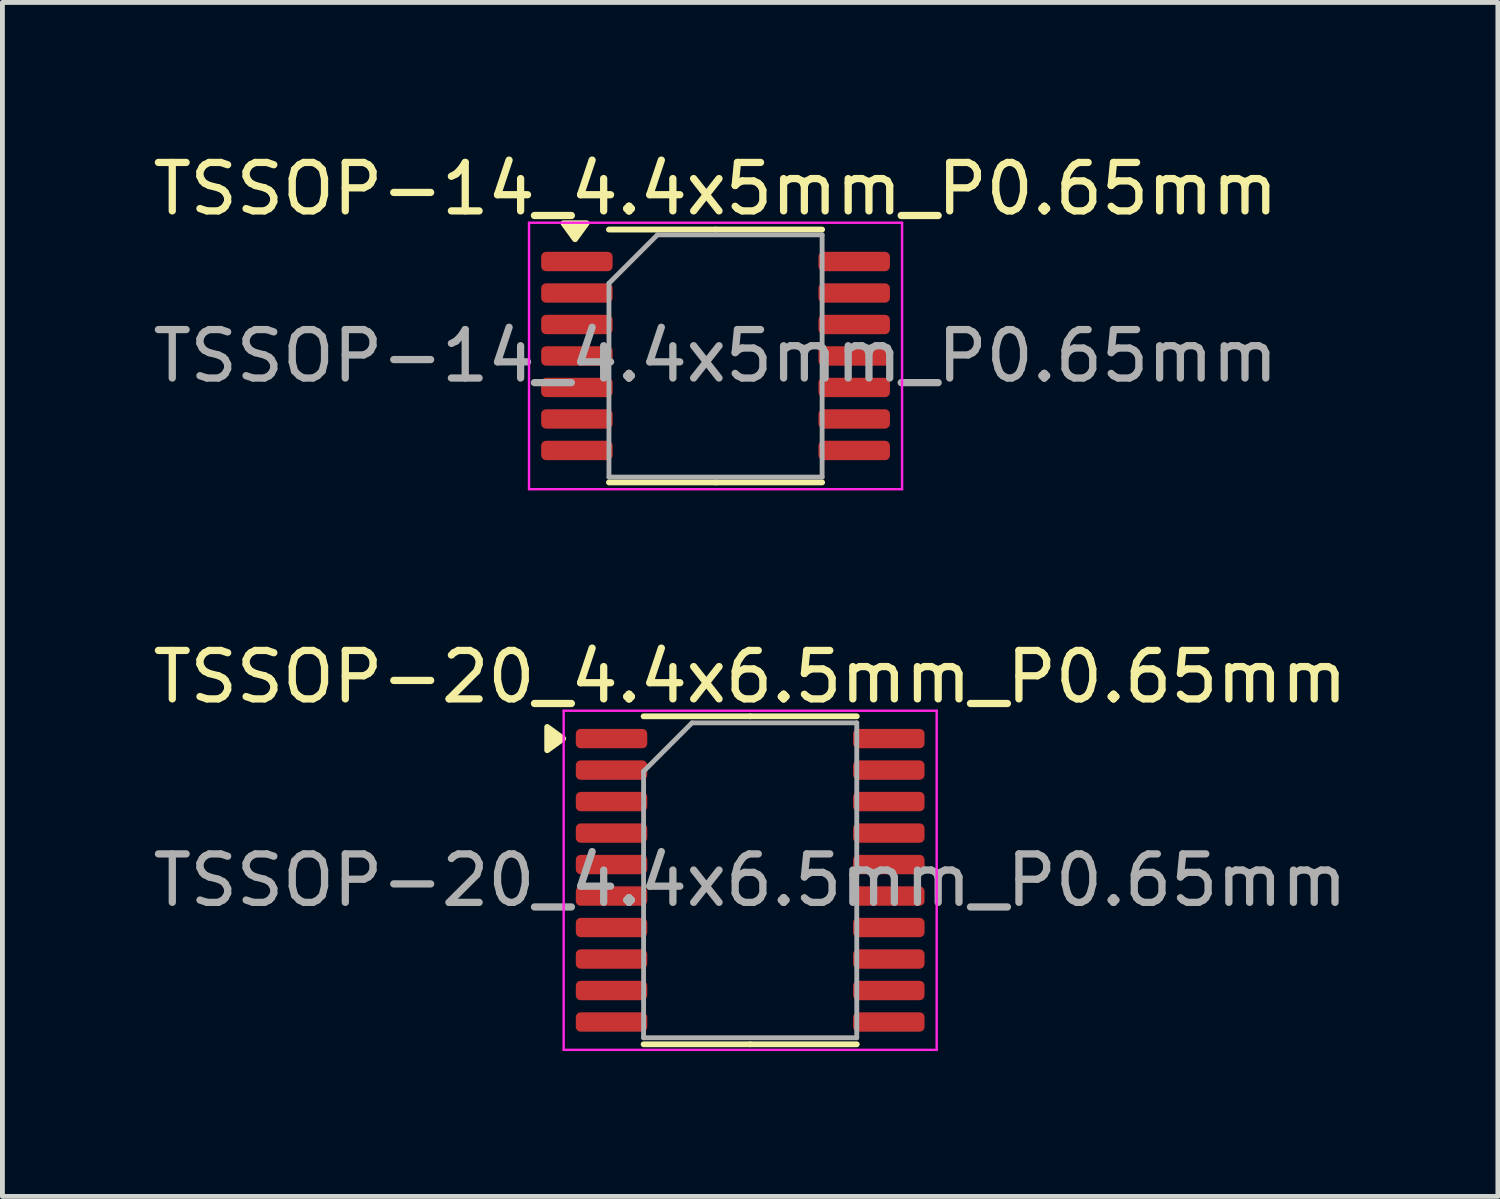
<source format=kicad_pcb>
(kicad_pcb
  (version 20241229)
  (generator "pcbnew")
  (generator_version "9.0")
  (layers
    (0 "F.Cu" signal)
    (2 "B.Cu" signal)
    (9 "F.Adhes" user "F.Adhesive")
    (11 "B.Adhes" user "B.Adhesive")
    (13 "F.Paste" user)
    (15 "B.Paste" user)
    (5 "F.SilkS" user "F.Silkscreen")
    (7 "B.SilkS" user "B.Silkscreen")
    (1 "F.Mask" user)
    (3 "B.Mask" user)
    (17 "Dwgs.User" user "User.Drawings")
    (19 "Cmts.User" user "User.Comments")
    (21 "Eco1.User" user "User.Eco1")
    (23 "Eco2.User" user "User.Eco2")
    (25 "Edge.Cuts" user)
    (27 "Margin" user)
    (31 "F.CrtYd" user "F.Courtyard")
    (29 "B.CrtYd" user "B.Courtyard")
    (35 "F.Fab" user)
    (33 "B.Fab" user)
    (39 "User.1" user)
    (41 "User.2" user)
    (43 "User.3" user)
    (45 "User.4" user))
  (footprint "TSSOP-14_4.4x5mm_P0.65mm"
    (layer "F.Cu")
    (at 11.72 4.298)
    (property "Reference" "TSSOP-14_4.4x5mm_P0.65mm" (at 0 -3.45 0) (layer "F.SilkS") (effects (font (size 1 1) (thickness 0.15))))
    (attr smd)
    (fp_line (start 0 -2.61) (end -2.2 -2.61) (stroke (width 0.12) (type solid)) (layer "F.SilkS"))
    (fp_line (start 0 -2.61) (end 2.2 -2.61) (stroke (width 0.12) (type solid)) (layer "F.SilkS"))
    (fp_line (start 0 2.61) (end -2.2 2.61) (stroke (width 0.12) (type solid)) (layer "F.SilkS"))
    (fp_line (start 0 2.61) (end 2.2 2.61) (stroke (width 0.12) (type solid)) (layer "F.SilkS"))
    (fp_poly (pts (xy -2.9 -2.41) (xy -3.14 -2.74) (xy -2.66 -2.74) (xy -2.9 -2.41)) (stroke (width 0.12) (type solid)) (fill yes) (layer "F.SilkS"))
    (fp_line (start -3.85 -2.75) (end -3.85 2.75) (stroke (width 0.05) (type solid)) (layer "F.CrtYd"))
    (fp_line (start -3.85 2.75) (end 3.85 2.75) (stroke (width 0.05) (type solid)) (layer "F.CrtYd"))
    (fp_line (start 3.85 -2.75) (end -3.85 -2.75) (stroke (width 0.05) (type solid)) (layer "F.CrtYd"))
    (fp_line (start 3.85 2.75) (end 3.85 -2.75) (stroke (width 0.05) (type solid)) (layer "F.CrtYd"))
    (fp_line (start -2.2 -1.5) (end -1.2 -2.5) (stroke (width 0.1) (type solid)) (layer "F.Fab"))
    (fp_line (start -2.2 2.5) (end -2.2 -1.5) (stroke (width 0.1) (type solid)) (layer "F.Fab"))
    (fp_line (start -1.2 -2.5) (end 2.2 -2.5) (stroke (width 0.1) (type solid)) (layer "F.Fab"))
    (fp_line (start 2.2 -2.5) (end 2.2 2.5) (stroke (width 0.1) (type solid)) (layer "F.Fab"))
    (fp_line (start 2.2 2.5) (end -2.2 2.5) (stroke (width 0.1) (type solid)) (layer "F.Fab"))
    (fp_text user "${REFERENCE}" (at 0 0 0) (layer "F.Fab") (effects (font (size 1 1) (thickness 0.15))))
    (pad "1" smd roundrect (at -2.862 -1.95) (size 1.475 0.4) (layers "F.Cu" "F.Mask" "F.Paste") (roundrect_rratio 0.25))
    (pad "2" smd roundrect (at -2.862 -1.3) (size 1.475 0.4) (layers "F.Cu" "F.Mask" "F.Paste") (roundrect_rratio 0.25))
    (pad "3" smd roundrect (at -2.862 -0.65) (size 1.475 0.4) (layers "F.Cu" "F.Mask" "F.Paste") (roundrect_rratio 0.25))
    (pad "4" smd roundrect (at -2.862 0) (size 1.475 0.4) (layers "F.Cu" "F.Mask" "F.Paste") (roundrect_rratio 0.25))
    (pad "5" smd roundrect (at -2.862 0.65) (size 1.475 0.4) (layers "F.Cu" "F.Mask" "F.Paste") (roundrect_rratio 0.25))
    (pad "6" smd roundrect (at -2.862 1.3) (size 1.475 0.4) (layers "F.Cu" "F.Mask" "F.Paste") (roundrect_rratio 0.25))
    (pad "7" smd roundrect (at -2.862 1.95) (size 1.475 0.4) (layers "F.Cu" "F.Mask" "F.Paste") (roundrect_rratio 0.25))
    (pad "8" smd roundrect (at 2.862 1.95) (size 1.475 0.4) (layers "F.Cu" "F.Mask" "F.Paste") (roundrect_rratio 0.25))
    (pad "9" smd roundrect (at 2.862 1.3) (size 1.475 0.4) (layers "F.Cu" "F.Mask" "F.Paste") (roundrect_rratio 0.25))
    (pad "10" smd roundrect (at 2.862 0.65) (size 1.475 0.4) (layers "F.Cu" "F.Mask" "F.Paste") (roundrect_rratio 0.25))
    (pad "11" smd roundrect (at 2.862 0) (size 1.475 0.4) (layers "F.Cu" "F.Mask" "F.Paste") (roundrect_rratio 0.25))
    (pad "12" smd roundrect (at 2.862 -0.65) (size 1.475 0.4) (layers "F.Cu" "F.Mask" "F.Paste") (roundrect_rratio 0.25))
    (pad "13" smd roundrect (at 2.862 -1.3) (size 1.475 0.4) (layers "F.Cu" "F.Mask" "F.Paste") (roundrect_rratio 0.25))
    (pad "14" smd roundrect (at 2.862 -1.95) (size 1.475 0.4) (layers "F.Cu" "F.Mask" "F.Paste") (roundrect_rratio 0.25)))
  (footprint "TSSOP-20_4.4x6.5mm_P0.65mm"
    (layer "F.Cu")
    (at 12.435 15.121)
    (property "Reference" "TSSOP-20_4.4x6.5mm_P0.65mm" (at 0 -4.2 0) (layer "F.SilkS") (effects (font (size 1 1) (thickness 0.15))))
    (attr smd)
    (fp_line (start 0 -3.385) (end -2.2 -3.385) (stroke (width 0.12) (type solid)) (layer "F.SilkS"))
    (fp_line (start 0 -3.385) (end 2.2 -3.385) (stroke (width 0.12) (type solid)) (layer "F.SilkS"))
    (fp_line (start 0 3.385) (end -2.2 3.385) (stroke (width 0.12) (type solid)) (layer "F.SilkS"))
    (fp_line (start 0 3.385) (end 2.2 3.385) (stroke (width 0.12) (type solid)) (layer "F.SilkS"))
    (fp_poly (pts (xy -3.86 -2.925) (xy -4.19 -3.165) (xy -4.19 -2.685) (xy -3.86 -2.925)) (stroke (width 0.12) (type solid)) (fill yes) (layer "F.SilkS"))
    (fp_line (start -3.85 -3.5) (end -3.85 3.5) (stroke (width 0.05) (type solid)) (layer "F.CrtYd"))
    (fp_line (start -3.85 3.5) (end 3.85 3.5) (stroke (width 0.05) (type solid)) (layer "F.CrtYd"))
    (fp_line (start 3.85 -3.5) (end -3.85 -3.5) (stroke (width 0.05) (type solid)) (layer "F.CrtYd"))
    (fp_line (start 3.85 3.5) (end 3.85 -3.5) (stroke (width 0.05) (type solid)) (layer "F.CrtYd"))
    (fp_line (start -2.2 -2.25) (end -1.2 -3.25) (stroke (width 0.1) (type solid)) (layer "F.Fab"))
    (fp_line (start -2.2 3.25) (end -2.2 -2.25) (stroke (width 0.1) (type solid)) (layer "F.Fab"))
    (fp_line (start -1.2 -3.25) (end 2.2 -3.25) (stroke (width 0.1) (type solid)) (layer "F.Fab"))
    (fp_line (start 2.2 -3.25) (end 2.2 3.25) (stroke (width 0.1) (type solid)) (layer "F.Fab"))
    (fp_line (start 2.2 3.25) (end -2.2 3.25) (stroke (width 0.1) (type solid)) (layer "F.Fab"))
    (fp_text user "${REFERENCE}" (at 0 0 0) (layer "F.Fab") (effects (font (size 1 1) (thickness 0.15))))
    (pad "1" smd roundrect (at -2.862 -2.925) (size 1.475 0.4) (layers "F.Cu" "F.Mask" "F.Paste") (roundrect_rratio 0.25))
    (pad "2" smd roundrect (at -2.862 -2.275) (size 1.475 0.4) (layers "F.Cu" "F.Mask" "F.Paste") (roundrect_rratio 0.25))
    (pad "3" smd roundrect (at -2.862 -1.625) (size 1.475 0.4) (layers "F.Cu" "F.Mask" "F.Paste") (roundrect_rratio 0.25))
    (pad "4" smd roundrect (at -2.862 -0.975) (size 1.475 0.4) (layers "F.Cu" "F.Mask" "F.Paste") (roundrect_rratio 0.25))
    (pad "5" smd roundrect (at -2.862 -0.325) (size 1.475 0.4) (layers "F.Cu" "F.Mask" "F.Paste") (roundrect_rratio 0.25))
    (pad "6" smd roundrect (at -2.862 0.325) (size 1.475 0.4) (layers "F.Cu" "F.Mask" "F.Paste") (roundrect_rratio 0.25))
    (pad "7" smd roundrect (at -2.862 0.975) (size 1.475 0.4) (layers "F.Cu" "F.Mask" "F.Paste") (roundrect_rratio 0.25))
    (pad "8" smd roundrect (at -2.862 1.625) (size 1.475 0.4) (layers "F.Cu" "F.Mask" "F.Paste") (roundrect_rratio 0.25))
    (pad "9" smd roundrect (at -2.862 2.275) (size 1.475 0.4) (layers "F.Cu" "F.Mask" "F.Paste") (roundrect_rratio 0.25))
    (pad "10" smd roundrect (at -2.862 2.925) (size 1.475 0.4) (layers "F.Cu" "F.Mask" "F.Paste") (roundrect_rratio 0.25))
    (pad "11" smd roundrect (at 2.862 2.925) (size 1.475 0.4) (layers "F.Cu" "F.Mask" "F.Paste") (roundrect_rratio 0.25))
    (pad "12" smd roundrect (at 2.862 2.275) (size 1.475 0.4) (layers "F.Cu" "F.Mask" "F.Paste") (roundrect_rratio 0.25))
    (pad "13" smd roundrect (at 2.862 1.625) (size 1.475 0.4) (layers "F.Cu" "F.Mask" "F.Paste") (roundrect_rratio 0.25))
    (pad "14" smd roundrect (at 2.862 0.975) (size 1.475 0.4) (layers "F.Cu" "F.Mask" "F.Paste") (roundrect_rratio 0.25))
    (pad "15" smd roundrect (at 2.862 0.325) (size 1.475 0.4) (layers "F.Cu" "F.Mask" "F.Paste") (roundrect_rratio 0.25))
    (pad "16" smd roundrect (at 2.862 -0.325) (size 1.475 0.4) (layers "F.Cu" "F.Mask" "F.Paste") (roundrect_rratio 0.25))
    (pad "17" smd roundrect (at 2.862 -0.975) (size 1.475 0.4) (layers "F.Cu" "F.Mask" "F.Paste") (roundrect_rratio 0.25))
    (pad "18" smd roundrect (at 2.862 -1.625) (size 1.475 0.4) (layers "F.Cu" "F.Mask" "F.Paste") (roundrect_rratio 0.25))
    (pad "19" smd roundrect (at 2.862 -2.275) (size 1.475 0.4) (layers "F.Cu" "F.Mask" "F.Paste") (roundrect_rratio 0.25))
    (pad "20" smd roundrect (at 2.862 -2.925) (size 1.475 0.4) (layers "F.Cu" "F.Mask" "F.Paste") (roundrect_rratio 0.25)))
  (gr_rect
    (start -3 -3)
    (end 27.869 21.646)
    (stroke (width 0.1) (type default))
    (fill no)
    (layer "Edge.Cuts")))
</source>
